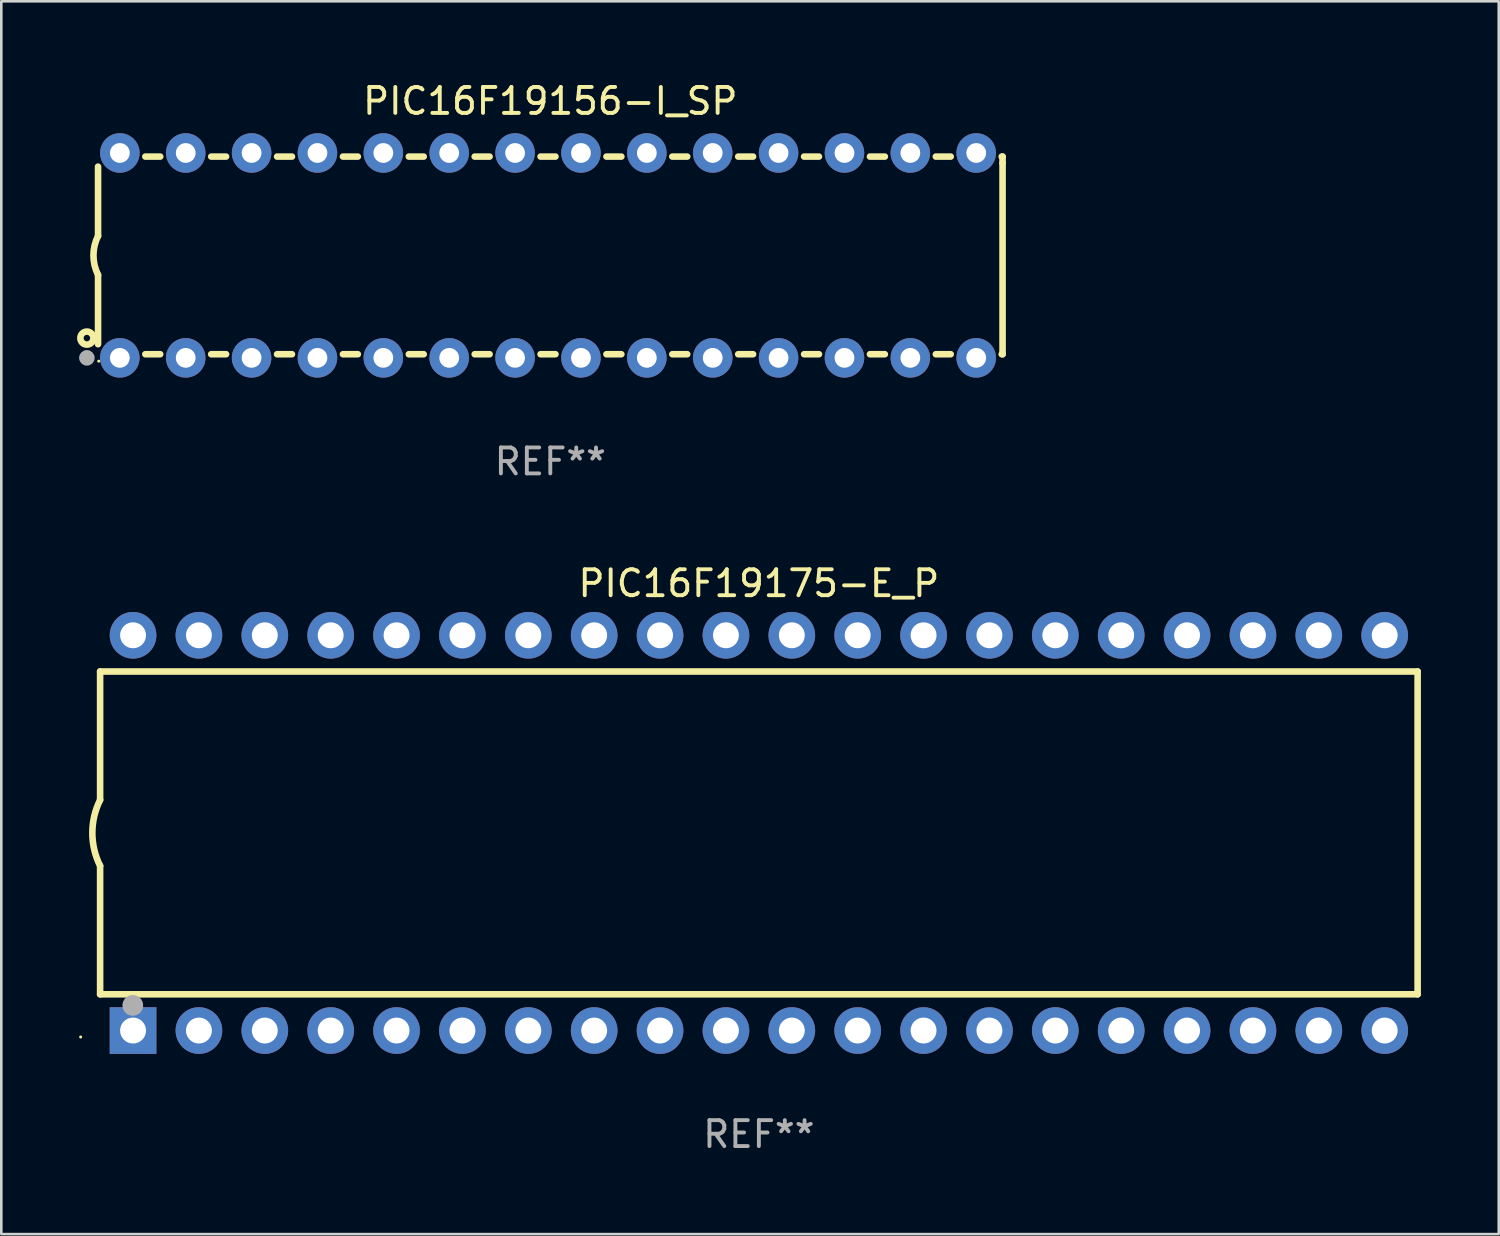
<source format=kicad_pcb>
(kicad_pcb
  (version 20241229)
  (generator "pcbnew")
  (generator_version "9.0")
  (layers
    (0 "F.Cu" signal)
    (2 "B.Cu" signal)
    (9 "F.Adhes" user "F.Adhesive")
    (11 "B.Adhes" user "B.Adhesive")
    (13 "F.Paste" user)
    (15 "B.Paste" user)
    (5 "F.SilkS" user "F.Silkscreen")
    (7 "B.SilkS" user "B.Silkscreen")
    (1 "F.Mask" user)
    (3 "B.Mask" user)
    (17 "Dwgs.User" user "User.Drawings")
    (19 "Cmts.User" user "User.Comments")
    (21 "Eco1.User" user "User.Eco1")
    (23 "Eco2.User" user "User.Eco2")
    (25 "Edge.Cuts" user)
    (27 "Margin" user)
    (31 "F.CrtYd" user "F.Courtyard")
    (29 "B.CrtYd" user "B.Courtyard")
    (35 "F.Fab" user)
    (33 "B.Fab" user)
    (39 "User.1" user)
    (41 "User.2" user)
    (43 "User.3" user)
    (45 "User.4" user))
  (footprint "PIC16F19156-I_SP"
    (layer "F.Cu")
    (at 18.168 6.798)
    (property "Reference" "PIC16F19156-I_SP" (at 0 -5.95 0) (layer "F.SilkS") (effects (font (size 1 1) (thickness 0.15))))
    (attr through_hole)
    (fp_line (start -17.438 0.75) (end -17.438 3.423) (stroke (width 0.254) (type solid)) (layer "F.SilkS"))
    (fp_line (start -17.438 -3.423) (end -17.438 -0.75) (stroke (width 0.254) (type solid)) (layer "F.SilkS"))
    (fp_line (start -15.615 3.81) (end -15.041 3.81) (stroke (width 0.254) (type solid)) (layer "F.SilkS"))
    (fp_line (start -15.041 -3.81) (end -15.614 -3.81) (stroke (width 0.254) (type solid)) (layer "F.SilkS"))
    (fp_line (start -13.075 3.81) (end -12.501 3.81) (stroke (width 0.254) (type solid)) (layer "F.SilkS"))
    (fp_line (start -12.501 -3.81) (end -13.074 -3.81) (stroke (width 0.254) (type solid)) (layer "F.SilkS"))
    (fp_line (start -10.535 3.81) (end -9.961 3.81) (stroke (width 0.254) (type solid)) (layer "F.SilkS"))
    (fp_line (start -9.961 -3.81) (end -10.534 -3.81) (stroke (width 0.254) (type solid)) (layer "F.SilkS"))
    (fp_line (start -7.995 3.81) (end -7.421 3.81) (stroke (width 0.254) (type solid)) (layer "F.SilkS"))
    (fp_line (start -7.421 -3.81) (end -7.995 -3.81) (stroke (width 0.254) (type solid)) (layer "F.SilkS"))
    (fp_line (start -5.455 3.81) (end -4.881 3.81) (stroke (width 0.254) (type solid)) (layer "F.SilkS"))
    (fp_line (start -4.881 -3.81) (end -5.455 -3.81) (stroke (width 0.254) (type solid)) (layer "F.SilkS"))
    (fp_line (start -2.915 3.81) (end -2.341 3.81) (stroke (width 0.254) (type solid)) (layer "F.SilkS"))
    (fp_line (start -2.341 -3.81) (end -2.915 -3.81) (stroke (width 0.254) (type solid)) (layer "F.SilkS"))
    (fp_line (start -0.375 3.81) (end 0.199 3.81) (stroke (width 0.254) (type solid)) (layer "F.SilkS"))
    (fp_line (start 0.199 -3.81) (end -0.375 -3.81) (stroke (width 0.254) (type solid)) (layer "F.SilkS"))
    (fp_line (start 2.165 3.81) (end 2.739 3.81) (stroke (width 0.254) (type solid)) (layer "F.SilkS"))
    (fp_line (start 2.739 -3.81) (end 2.165 -3.81) (stroke (width 0.254) (type solid)) (layer "F.SilkS"))
    (fp_line (start 4.705 3.81) (end 5.279 3.81) (stroke (width 0.254) (type solid)) (layer "F.SilkS"))
    (fp_line (start 5.279 -3.81) (end 4.705 -3.81) (stroke (width 0.254) (type solid)) (layer "F.SilkS"))
    (fp_line (start 7.245 3.81) (end 7.819 3.81) (stroke (width 0.254) (type solid)) (layer "F.SilkS"))
    (fp_line (start 7.819 -3.81) (end 7.245 -3.81) (stroke (width 0.254) (type solid)) (layer "F.SilkS"))
    (fp_line (start 9.785 3.81) (end 10.359 3.81) (stroke (width 0.254) (type solid)) (layer "F.SilkS"))
    (fp_line (start 10.359 -3.81) (end 9.785 -3.81) (stroke (width 0.254) (type solid)) (layer "F.SilkS"))
    (fp_line (start 12.325 3.81) (end 12.899 3.81) (stroke (width 0.254) (type solid)) (layer "F.SilkS"))
    (fp_line (start 12.899 -3.81) (end 12.325 -3.81) (stroke (width 0.254) (type solid)) (layer "F.SilkS"))
    (fp_line (start 14.865 3.81) (end 15.439 3.81) (stroke (width 0.254) (type solid)) (layer "F.SilkS"))
    (fp_line (start 15.439 -3.81) (end 14.865 -3.81) (stroke (width 0.254) (type solid)) (layer "F.SilkS"))
    (fp_line (start 17.405 3.81) (end 17.438 3.81) (stroke (width 0.254) (type solid)) (layer "F.SilkS"))
    (fp_line (start 17.438 -3.81) (end 17.405 -3.81) (stroke (width 0.254) (type solid)) (layer "F.SilkS"))
    (fp_line (start 17.438 -3.556) (end 17.438 -3.81) (stroke (width 0.254) (type solid)) (layer "F.SilkS"))
    (fp_line (start 17.438 3.81) (end 17.438 -3.556) (stroke (width 0.254) (type solid)) (layer "F.SilkS"))
    (fp_arc (start -17.437986 0.749657) (mid -17.614887 -0.000024) (end -17.437783 -0.749657) (stroke (width 0.254001) (type solid)) (layer "F.SilkS"))
    (fp_circle (center -17.868 3.188) (end -17.743 3.188) (stroke (width 0.254) (type solid)) (fill no) (layer "F.SilkS"))
    (fp_circle (center -17.411 4.077) (end -17.381 4.077) (stroke (width 0.06) (type solid)) (fill no) (layer "F.SilkS"))
    (fp_circle (center -17.868 3.95) (end -17.718 3.95) (stroke (width 0.3) (type solid)) (fill no) (layer "F.Fab"))
    (fp_text user "REF**" (at 0 7.95 0) (layer "F.Fab") (effects (font (size 1 1) (thickness 0.15))))
    (pad "1" thru_hole circle (at -16.598 3.95) (size 1.524 1.524) (drill 0.762) (layers "*.Cu" "*.Mask"))
    (pad "2" thru_hole circle (at -14.058 3.95) (size 1.524 1.524) (drill 0.762) (layers "*.Cu" "*.Mask"))
    (pad "3" thru_hole circle (at -11.518 3.95) (size 1.524 1.524) (drill 0.762) (layers "*.Cu" "*.Mask"))
    (pad "4" thru_hole circle (at -8.978 3.95) (size 1.524 1.524) (drill 0.762) (layers "*.Cu" "*.Mask"))
    (pad "5" thru_hole circle (at -6.438 3.95) (size 1.524 1.524) (drill 0.762) (layers "*.Cu" "*.Mask"))
    (pad "6" thru_hole circle (at -3.898 3.95) (size 1.524 1.524) (drill 0.762) (layers "*.Cu" "*.Mask"))
    (pad "7" thru_hole circle (at -1.358 3.95) (size 1.524 1.524) (drill 0.762) (layers "*.Cu" "*.Mask"))
    (pad "8" thru_hole circle (at 1.182 3.95) (size 1.524 1.524) (drill 0.762) (layers "*.Cu" "*.Mask"))
    (pad "9" thru_hole circle (at 3.722 3.95) (size 1.524 1.524) (drill 0.762) (layers "*.Cu" "*.Mask"))
    (pad "10" thru_hole circle (at 6.262 3.95) (size 1.524 1.524) (drill 0.762) (layers "*.Cu" "*.Mask"))
    (pad "11" thru_hole circle (at 8.802 3.95) (size 1.524 1.524) (drill 0.762) (layers "*.Cu" "*.Mask"))
    (pad "12" thru_hole circle (at 11.342 3.95) (size 1.524 1.524) (drill 0.762) (layers "*.Cu" "*.Mask"))
    (pad "13" thru_hole circle (at 13.882 3.95) (size 1.524 1.524) (drill 0.762) (layers "*.Cu" "*.Mask"))
    (pad "14" thru_hole circle (at 16.422 3.95) (size 1.524 1.524) (drill 0.762) (layers "*.Cu" "*.Mask"))
    (pad "15" thru_hole circle (at 16.422 -3.95) (size 1.524 1.524) (drill 0.762) (layers "*.Cu" "*.Mask"))
    (pad "16" thru_hole circle (at 13.882 -3.95) (size 1.524 1.524) (drill 0.762) (layers "*.Cu" "*.Mask"))
    (pad "17" thru_hole circle (at 11.342 -3.95) (size 1.524 1.524) (drill 0.762) (layers "*.Cu" "*.Mask"))
    (pad "18" thru_hole circle (at 8.802 -3.95) (size 1.524 1.524) (drill 0.762) (layers "*.Cu" "*.Mask"))
    (pad "19" thru_hole circle (at 6.262 -3.95) (size 1.524 1.524) (drill 0.762) (layers "*.Cu" "*.Mask"))
    (pad "20" thru_hole circle (at 3.722 -3.95) (size 1.524 1.524) (drill 0.762) (layers "*.Cu" "*.Mask"))
    (pad "21" thru_hole circle (at 1.182 -3.95) (size 1.524 1.524) (drill 0.762) (layers "*.Cu" "*.Mask"))
    (pad "22" thru_hole circle (at -1.358 -3.95) (size 1.524 1.524) (drill 0.762) (layers "*.Cu" "*.Mask"))
    (pad "23" thru_hole circle (at -3.898 -3.95) (size 1.524 1.524) (drill 0.762) (layers "*.Cu" "*.Mask"))
    (pad "24" thru_hole circle (at -6.438 -3.95) (size 1.524 1.524) (drill 0.762) (layers "*.Cu" "*.Mask"))
    (pad "25" thru_hole circle (at -8.978 -3.95) (size 1.524 1.524) (drill 0.762) (layers "*.Cu" "*.Mask"))
    (pad "26" thru_hole circle (at -11.517 -3.95) (size 1.524 1.524) (drill 0.762) (layers "*.Cu" "*.Mask"))
    (pad "27" thru_hole circle (at -14.057 -3.95) (size 1.524 1.524) (drill 0.762) (layers "*.Cu" "*.Mask"))
    (pad "28" thru_hole circle (at -16.597 -3.95) (size 1.524 1.524) (drill 0.762) (layers "*.Cu" "*.Mask")))
  (footprint "PIC16F19175-E_P"
    (layer "F.Cu")
    (at 26.21 29.065)
    (property "Reference" "PIC16F19175-E_P" (at 0 -9.62 0) (layer "F.SilkS") (effects (font (size 1 1) (thickness 0.15))))
    (attr through_hole)
    (fp_line (start -25.4 -6.224) (end -25.4 -1.271) (stroke (width 0.254) (type solid)) (layer "F.SilkS"))
    (fp_line (start -25.4 -6.224) (end 25.4 -6.224) (stroke (width 0.254) (type solid)) (layer "F.SilkS"))
    (fp_line (start -25.4 1.269) (end -25.4 6.222) (stroke (width 0.254) (type solid)) (layer "F.SilkS"))
    (fp_line (start -25.4 6.222) (end 25.4 6.222) (stroke (width 0.254) (type solid)) (layer "F.SilkS"))
    (fp_line (start 25.4 6.222) (end 25.4 -6.224) (stroke (width 0.254) (type solid)) (layer "F.SilkS"))
    (fp_arc (start -25.4 1.269241) (mid -25.699807 -0.000762) (end -25.4 -1.270765) (stroke (width 0.254001) (type solid)) (layer "F.SilkS"))
    (fp_circle (center -26.15 7.87) (end -26.12 7.87) (stroke (width 0.06) (type solid)) (fill no) (layer "F.SilkS"))
    (fp_circle (center -24.14 6.65) (end -23.94 6.65) (stroke (width 0.4) (type solid)) (fill no) (layer "F.Fab"))
    (fp_text user "REF**" (at 0 11.62 0) (layer "F.Fab") (effects (font (size 1 1) (thickness 0.15))))
    (pad "1" thru_hole rect (at -24.13 7.62 90) (size 1.8 1.8) (drill 1) (layers "*.Cu" "*.Mask"))
    (pad "2" thru_hole circle (at -21.59 7.62) (size 1.8 1.8) (drill 1) (layers "*.Cu" "*.Mask"))
    (pad "3" thru_hole circle (at -19.05 7.62) (size 1.8 1.8) (drill 1) (layers "*.Cu" "*.Mask"))
    (pad "4" thru_hole circle (at -16.51 7.62) (size 1.8 1.8) (drill 1) (layers "*.Cu" "*.Mask"))
    (pad "5" thru_hole circle (at -13.97 7.62) (size 1.8 1.8) (drill 1) (layers "*.Cu" "*.Mask"))
    (pad "6" thru_hole circle (at -11.43 7.62) (size 1.8 1.8) (drill 1) (layers "*.Cu" "*.Mask"))
    (pad "7" thru_hole circle (at -8.89 7.62) (size 1.8 1.8) (drill 1) (layers "*.Cu" "*.Mask"))
    (pad "8" thru_hole circle (at -6.35 7.62) (size 1.8 1.8) (drill 1) (layers "*.Cu" "*.Mask"))
    (pad "9" thru_hole circle (at -3.81 7.62) (size 1.8 1.8) (drill 1) (layers "*.Cu" "*.Mask"))
    (pad "10" thru_hole circle (at -1.27 7.62) (size 1.8 1.8) (drill 1) (layers "*.Cu" "*.Mask"))
    (pad "11" thru_hole circle (at 1.27 7.62) (size 1.8 1.8) (drill 1) (layers "*.Cu" "*.Mask"))
    (pad "12" thru_hole circle (at 3.81 7.62) (size 1.8 1.8) (drill 1) (layers "*.Cu" "*.Mask"))
    (pad "13" thru_hole circle (at 6.35 7.62) (size 1.8 1.8) (drill 1) (layers "*.Cu" "*.Mask"))
    (pad "14" thru_hole circle (at 8.89 7.62) (size 1.8 1.8) (drill 1) (layers "*.Cu" "*.Mask"))
    (pad "15" thru_hole circle (at 11.43 7.62) (size 1.8 1.8) (drill 1) (layers "*.Cu" "*.Mask"))
    (pad "16" thru_hole circle (at 13.97 7.62) (size 1.8 1.8) (drill 1) (layers "*.Cu" "*.Mask"))
    (pad "17" thru_hole circle (at 16.51 7.62) (size 1.8 1.8) (drill 1) (layers "*.Cu" "*.Mask"))
    (pad "18" thru_hole circle (at 19.05 7.62) (size 1.8 1.8) (drill 1) (layers "*.Cu" "*.Mask"))
    (pad "19" thru_hole circle (at 21.59 7.62) (size 1.8 1.8) (drill 1) (layers "*.Cu" "*.Mask"))
    (pad "20" thru_hole circle (at 24.13 7.62) (size 1.8 1.8) (drill 1) (layers "*.Cu" "*.Mask"))
    (pad "21" thru_hole circle (at 24.13 -7.62) (size 1.8 1.8) (drill 1) (layers "*.Cu" "*.Mask"))
    (pad "22" thru_hole circle (at 21.59 -7.62) (size 1.8 1.8) (drill 1) (layers "*.Cu" "*.Mask"))
    (pad "23" thru_hole circle (at 19.05 -7.62) (size 1.8 1.8) (drill 1) (layers "*.Cu" "*.Mask"))
    (pad "24" thru_hole circle (at 16.51 -7.62) (size 1.8 1.8) (drill 1) (layers "*.Cu" "*.Mask"))
    (pad "25" thru_hole circle (at 13.97 -7.62) (size 1.8 1.8) (drill 1) (layers "*.Cu" "*.Mask"))
    (pad "26" thru_hole circle (at 11.43 -7.62) (size 1.8 1.8) (drill 1) (layers "*.Cu" "*.Mask"))
    (pad "27" thru_hole circle (at 8.89 -7.62) (size 1.8 1.8) (drill 1) (layers "*.Cu" "*.Mask"))
    (pad "28" thru_hole circle (at 6.35 -7.62) (size 1.8 1.8) (drill 1) (layers "*.Cu" "*.Mask"))
    (pad "29" thru_hole circle (at 3.81 -7.62) (size 1.8 1.8) (drill 1) (layers "*.Cu" "*.Mask"))
    (pad "30" thru_hole circle (at 1.27 -7.62) (size 1.8 1.8) (drill 1) (layers "*.Cu" "*.Mask"))
    (pad "31" thru_hole circle (at -1.27 -7.62) (size 1.8 1.8) (drill 1) (layers "*.Cu" "*.Mask"))
    (pad "32" thru_hole circle (at -3.81 -7.62) (size 1.8 1.8) (drill 1) (layers "*.Cu" "*.Mask"))
    (pad "33" thru_hole circle (at -6.35 -7.62) (size 1.8 1.8) (drill 1) (layers "*.Cu" "*.Mask"))
    (pad "34" thru_hole circle (at -8.89 -7.62) (size 1.8 1.8) (drill 1) (layers "*.Cu" "*.Mask"))
    (pad "35" thru_hole circle (at -11.43 -7.62) (size 1.8 1.8) (drill 1) (layers "*.Cu" "*.Mask"))
    (pad "36" thru_hole circle (at -13.97 -7.62) (size 1.8 1.8) (drill 1) (layers "*.Cu" "*.Mask"))
    (pad "37" thru_hole circle (at -16.51 -7.62) (size 1.8 1.8) (drill 1) (layers "*.Cu" "*.Mask"))
    (pad "38" thru_hole circle (at -19.05 -7.62) (size 1.8 1.8) (drill 1) (layers "*.Cu" "*.Mask"))
    (pad "39" thru_hole circle (at -21.59 -7.62) (size 1.8 1.8) (drill 1) (layers "*.Cu" "*.Mask"))
    (pad "40" thru_hole circle (at -24.13 -7.62) (size 1.8 1.8) (drill 1) (layers "*.Cu" "*.Mask")))
  (gr_rect
    (start -3 -3)
    (end 54.737 44.533)
    (stroke (width 0.1) (type default))
    (fill no)
    (layer "Edge.Cuts")))
</source>
